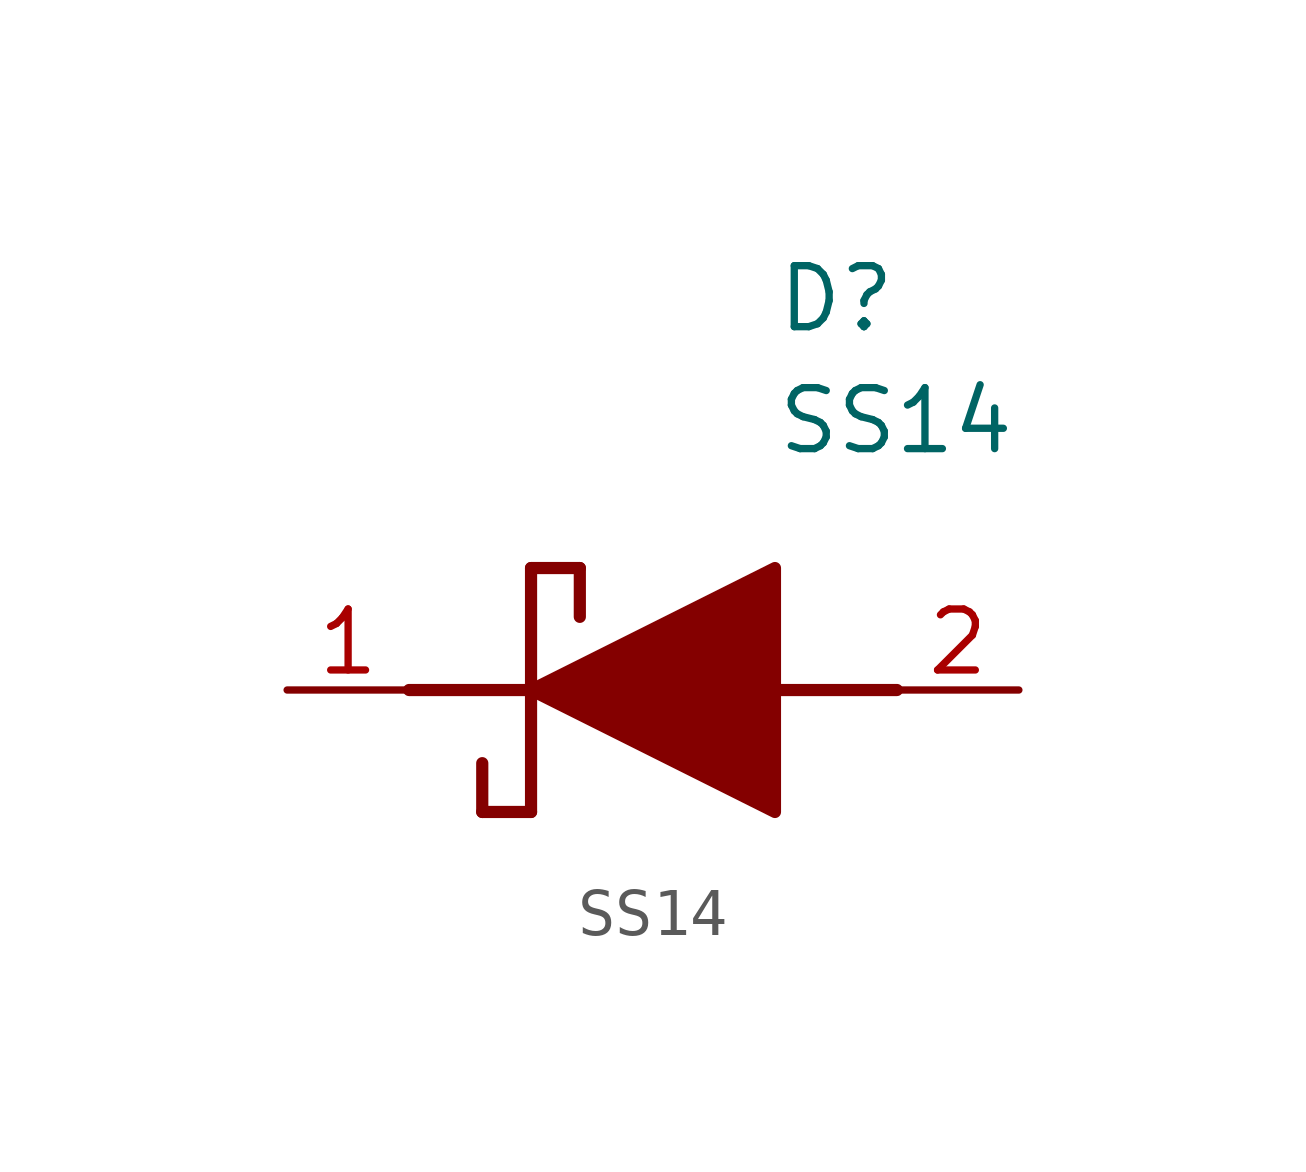
<source format=kicad_sym>
(kicad_symbol_lib
  (version 20211014)
  (generator SamacSys_ECAD_Model)
  (symbol "SS14"
    (pin_names hide)
    (property "Reference" "D"
      (at 12.7 8.89 0)
      (effects (font (size 1.27 1.27)) (justify left top)))
    (property "Value" "SS14"
      (at 12.7 6.35 0)
      (effects (font (size 1.27 1.27)) (justify left top)))
    (polyline
      (pts (xy 7.62 2.54) (xy 7.62 -2.54))
      (stroke (width 0.254) (type default))
      (fill (type none)))
    (polyline
      (pts (xy 7.62 2.54) (xy 8.636 2.54))
      (stroke (width 0.254) (type default))
      (fill (type none)))
    (polyline
      (pts (xy 8.636 1.524) (xy 8.636 2.54))
      (stroke (width 0.254) (type default))
      (fill (type none)))
    (polyline
      (pts (xy 7.62 -2.54) (xy 6.604 -2.54))
      (stroke (width 0.254) (type default))
      (fill (type none)))
    (polyline
      (pts (xy 6.604 -1.524) (xy 6.604 -2.54))
      (stroke (width 0.254) (type default))
      (fill (type none)))
    (polyline
      (pts (xy 5.08 0) (xy 7.62 0))
      (stroke (width 0.254) (type default))
      (fill (type none)))
    (polyline
      (pts (xy 12.7 0) (xy 15.24 0))
      (stroke (width 0.254) (type default))
      (fill (type none)))
    (polyline
      (pts (xy 7.62 0) (xy 12.7 2.54) (xy 12.7 -2.54) (xy 7.62 0))
      (stroke (width 0.254) (type default))
      (fill (type outline)))
    (pin passive line
      (at 2.54 0 0)
      (length 2.54)
      (name "K" (effects (font (size 1.27 1.27))))
      (number "1" (effects (font (size 1.27 1.27)))))
    (pin passive line
      (at 17.78 0 180)
      (length 2.54)
      (name "A" (effects (font (size 1.27 1.27))))
      (number "2" (effects (font (size 1.27 1.27)))))))
</source>
